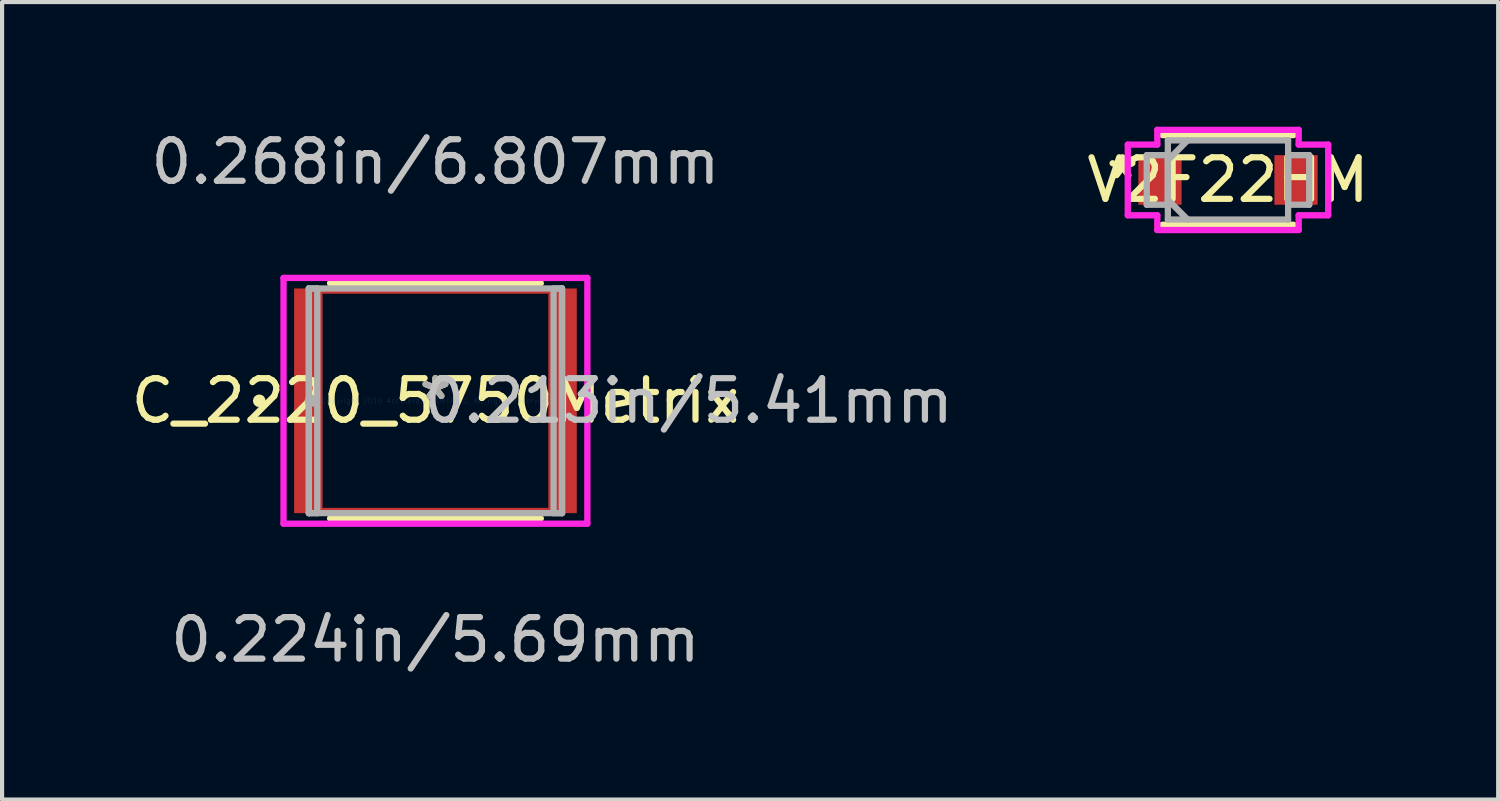
<source format=kicad_pcb>
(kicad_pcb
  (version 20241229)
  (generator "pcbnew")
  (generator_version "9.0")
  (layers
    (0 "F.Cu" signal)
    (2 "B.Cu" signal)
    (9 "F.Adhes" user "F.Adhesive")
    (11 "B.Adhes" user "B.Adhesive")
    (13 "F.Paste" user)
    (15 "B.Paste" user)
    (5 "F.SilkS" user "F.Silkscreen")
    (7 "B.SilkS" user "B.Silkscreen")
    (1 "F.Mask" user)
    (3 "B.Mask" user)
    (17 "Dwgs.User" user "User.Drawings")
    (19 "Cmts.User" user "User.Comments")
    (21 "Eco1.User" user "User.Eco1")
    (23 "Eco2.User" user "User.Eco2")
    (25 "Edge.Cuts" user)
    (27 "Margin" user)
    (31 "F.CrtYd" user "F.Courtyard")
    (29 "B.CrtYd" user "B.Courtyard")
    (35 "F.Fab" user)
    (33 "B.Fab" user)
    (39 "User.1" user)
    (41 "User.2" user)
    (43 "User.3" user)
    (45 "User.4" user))
  (footprint "C_2220_5750Metrix"
    (layer "F.Cu")
    (at 7.435 6.601)
    (property "Reference" "C_2220_5750Metrix" (at 0 0 0) (layer "F.SilkS") (effects (font (size 1 1) (thickness 0.15))))
    (attr through_hole)
    (fp_line (start -2.794 -2.654) (end 2.794 -2.654) (stroke (width 0.152) (type solid)) (layer "F.Cu"))
    (fp_line (start -2.794 2.654) (end -2.794 -2.654) (stroke (width 0.152) (type solid)) (layer "F.Cu"))
    (fp_line (start 2.794 -2.654) (end 2.794 2.654) (stroke (width 0.152) (type solid)) (layer "F.Cu"))
    (fp_line (start 2.794 2.654) (end -2.794 2.654) (stroke (width 0.152) (type solid)) (layer "F.Cu"))
    (fp_line (start -2.537 2.832) (end 2.537 2.832) (stroke (width 0.152) (type solid)) (layer "F.SilkS"))
    (fp_line (start 2.537 -2.832) (end -2.537 -2.832) (stroke (width 0.152) (type solid)) (layer "F.SilkS"))
    (fp_circle (center -4.242 0) (end -4.166 0) (stroke (width 0.152) (type solid)) (fill no) (layer "F.SilkS"))
    (fp_line (start -3.658 -2.959) (end 3.658 -2.959) (stroke (width 0.152) (type solid)) (layer "F.CrtYd"))
    (fp_line (start -3.658 2.959) (end -3.658 -2.959) (stroke (width 0.152) (type solid)) (layer "F.CrtYd"))
    (fp_line (start 3.658 -2.959) (end 3.658 2.959) (stroke (width 0.152) (type solid)) (layer "F.CrtYd"))
    (fp_line (start 3.658 2.959) (end -3.658 2.959) (stroke (width 0.152) (type solid)) (layer "F.CrtYd"))
    (fp_line (start -3.048 -2.705) (end -3.048 2.705) (stroke (width 0.152) (type solid)) (layer "F.Fab"))
    (fp_line (start -3.048 -2.705) (end -3.048 2.705) (stroke (width 0.152) (type solid)) (layer "F.Fab"))
    (fp_line (start -3.048 2.705) (end -2.845 2.705) (stroke (width 0.152) (type solid)) (layer "F.Fab"))
    (fp_line (start -3.048 2.705) (end 3.048 2.705) (stroke (width 0.152) (type solid)) (layer "F.Fab"))
    (fp_line (start -2.845 -2.705) (end -3.048 -2.705) (stroke (width 0.152) (type solid)) (layer "F.Fab"))
    (fp_line (start -2.845 2.705) (end -2.845 -2.705) (stroke (width 0.152) (type solid)) (layer "F.Fab"))
    (fp_line (start 2.845 -2.705) (end 2.845 2.705) (stroke (width 0.152) (type solid)) (layer "F.Fab"))
    (fp_line (start 2.845 2.705) (end 3.048 2.705) (stroke (width 0.152) (type solid)) (layer "F.Fab"))
    (fp_line (start 3.048 -2.705) (end -3.048 -2.705) (stroke (width 0.152) (type solid)) (layer "F.Fab"))
    (fp_line (start 3.048 -2.705) (end 2.845 -2.705) (stroke (width 0.152) (type solid)) (layer "F.Fab"))
    (fp_line (start 3.048 2.705) (end 3.048 -2.705) (stroke (width 0.152) (type solid)) (layer "F.Fab"))
    (fp_line (start 3.048 2.705) (end 3.048 -2.705) (stroke (width 0.152) (type solid)) (layer "F.Fab"))
    (fp_circle (center -2.997 0) (end -2.921 0) (stroke (width 0.152) (type solid)) (fill no) (layer "F.Fab"))
    (fp_text user "*" (at 0 0 0) (layer "F.SilkS") (effects (font (size 1 1) (thickness 0.15))))
    (fp_text user "0.213in/5.41mm" (at 6.096 0 0) (layer "Dwgs.User") (effects (font (size 1 1) (thickness 0.15))))
    (fp_text user "0.224in/5.69mm" (at 0 5.753 0) (layer "Dwgs.User") (effects (font (size 1 1) (thickness 0.15))))
    (fp_text user "0.268in/6.807mm" (at 0 -5.753 0) (layer "Dwgs.User") (effects (font (size 1 1) (thickness 0.15))))
    (fp_text user "Copyright 2016 Accelerated Designs. All rights reserved." (at 0 0 0) (layer "Cmts.User") (effects (font (size 0.127 0.127) (thickness 0.002))))
    (fp_text user "*" (at 0 0 0) (layer "F.Fab") (effects (font (size 1 1) (thickness 0.15))))
    (pad "1" smd rect (at -3.124 0) (size 0.559 5.41) (layers "F.Cu" "F.Mask" "F.Paste"))
    (pad "2" smd rect (at 3.124 0) (size 0.559 5.41) (layers "F.Cu" "F.Mask" "F.Paste")))
  (footprint "V2F22HM"
    (layer "F.Cu")
    (at 26.519 1.283)
    (property "Reference" "V2F22HM" (at 0 0 0) (layer "F.SilkS") (effects (font (size 1 1) (thickness 0.15))))
    (attr through_hole)
    (fp_line (start -1.575 1.079) (end 1.575 1.079) (stroke (width 0.152) (type solid)) (layer "F.SilkS"))
    (fp_line (start 1.575 -1.079) (end -1.575 -1.079) (stroke (width 0.152) (type solid)) (layer "F.SilkS"))
    (fp_line (start -2.413 -0.851) (end -1.702 -0.851) (stroke (width 0.152) (type solid)) (layer "F.CrtYd"))
    (fp_line (start -2.413 0.851) (end -2.413 -0.851) (stroke (width 0.152) (type solid)) (layer "F.CrtYd"))
    (fp_line (start -1.702 -1.206) (end 1.702 -1.206) (stroke (width 0.152) (type solid)) (layer "F.CrtYd"))
    (fp_line (start -1.702 -0.851) (end -1.702 -1.206) (stroke (width 0.152) (type solid)) (layer "F.CrtYd"))
    (fp_line (start -1.702 0.851) (end -2.413 0.851) (stroke (width 0.152) (type solid)) (layer "F.CrtYd"))
    (fp_line (start -1.702 1.206) (end -1.702 0.851) (stroke (width 0.152) (type solid)) (layer "F.CrtYd"))
    (fp_line (start 1.702 -1.206) (end 1.702 -0.851) (stroke (width 0.152) (type solid)) (layer "F.CrtYd"))
    (fp_line (start 1.702 -0.851) (end 2.413 -0.851) (stroke (width 0.152) (type solid)) (layer "F.CrtYd"))
    (fp_line (start 1.702 0.851) (end 1.702 1.206) (stroke (width 0.152) (type solid)) (layer "F.CrtYd"))
    (fp_line (start 1.702 1.206) (end -1.702 1.206) (stroke (width 0.152) (type solid)) (layer "F.CrtYd"))
    (fp_line (start 2.413 -0.851) (end 2.413 0.851) (stroke (width 0.152) (type solid)) (layer "F.CrtYd"))
    (fp_line (start 2.413 0.851) (end 1.702 0.851) (stroke (width 0.152) (type solid)) (layer "F.CrtYd"))
    (fp_line (start -1.956 -0.597) (end -1.956 0.597) (stroke (width 0.152) (type solid)) (layer "F.Fab"))
    (fp_line (start -1.956 0.597) (end -1.448 0.597) (stroke (width 0.152) (type solid)) (layer "F.Fab"))
    (fp_line (start -1.448 -0.953) (end -1.448 0.953) (stroke (width 0.152) (type solid)) (layer "F.Fab"))
    (fp_line (start -1.448 -0.597) (end -1.956 -0.597) (stroke (width 0.152) (type solid)) (layer "F.Fab"))
    (fp_line (start -1.448 -0.476) (end -0.972 -0.953) (stroke (width 0.152) (type solid)) (layer "F.Fab"))
    (fp_line (start -1.448 0.476) (end -0.972 0.953) (stroke (width 0.152) (type solid)) (layer "F.Fab"))
    (fp_line (start -1.448 0.597) (end -1.448 -0.597) (stroke (width 0.152) (type solid)) (layer "F.Fab"))
    (fp_line (start -1.448 0.953) (end 1.448 0.953) (stroke (width 0.152) (type solid)) (layer "F.Fab"))
    (fp_line (start 1.448 -0.953) (end -1.448 -0.953) (stroke (width 0.152) (type solid)) (layer "F.Fab"))
    (fp_line (start 1.448 -0.597) (end 1.448 0.597) (stroke (width 0.152) (type solid)) (layer "F.Fab"))
    (fp_line (start 1.448 0.597) (end 1.956 0.597) (stroke (width 0.152) (type solid)) (layer "F.Fab"))
    (fp_line (start 1.448 0.953) (end 1.448 -0.953) (stroke (width 0.152) (type solid)) (layer "F.Fab"))
    (fp_line (start 1.956 -0.597) (end 1.448 -0.597) (stroke (width 0.152) (type solid)) (layer "F.Fab"))
    (fp_line (start 1.956 0.597) (end 1.956 -0.597) (stroke (width 0.152) (type solid)) (layer "F.Fab"))
    (fp_text user "*" (at -2.54 0 0) (layer "F.SilkS") (effects (font (size 1 1) (thickness 0.15))))
    (pad "1" smd rect (at -1.638 0) (size 1.041 1.194) (layers "F.Cu" "F.Mask" "F.Paste"))
    (pad "2" smd rect (at 1.638 0) (size 1.041 1.194) (layers "F.Cu" "F.Mask" "F.Paste")))
  (gr_rect
    (start -3 -3)
    (end 33.025 16.203)
    (stroke (width 0.1) (type default))
    (fill no)
    (layer "Edge.Cuts")))
</source>
